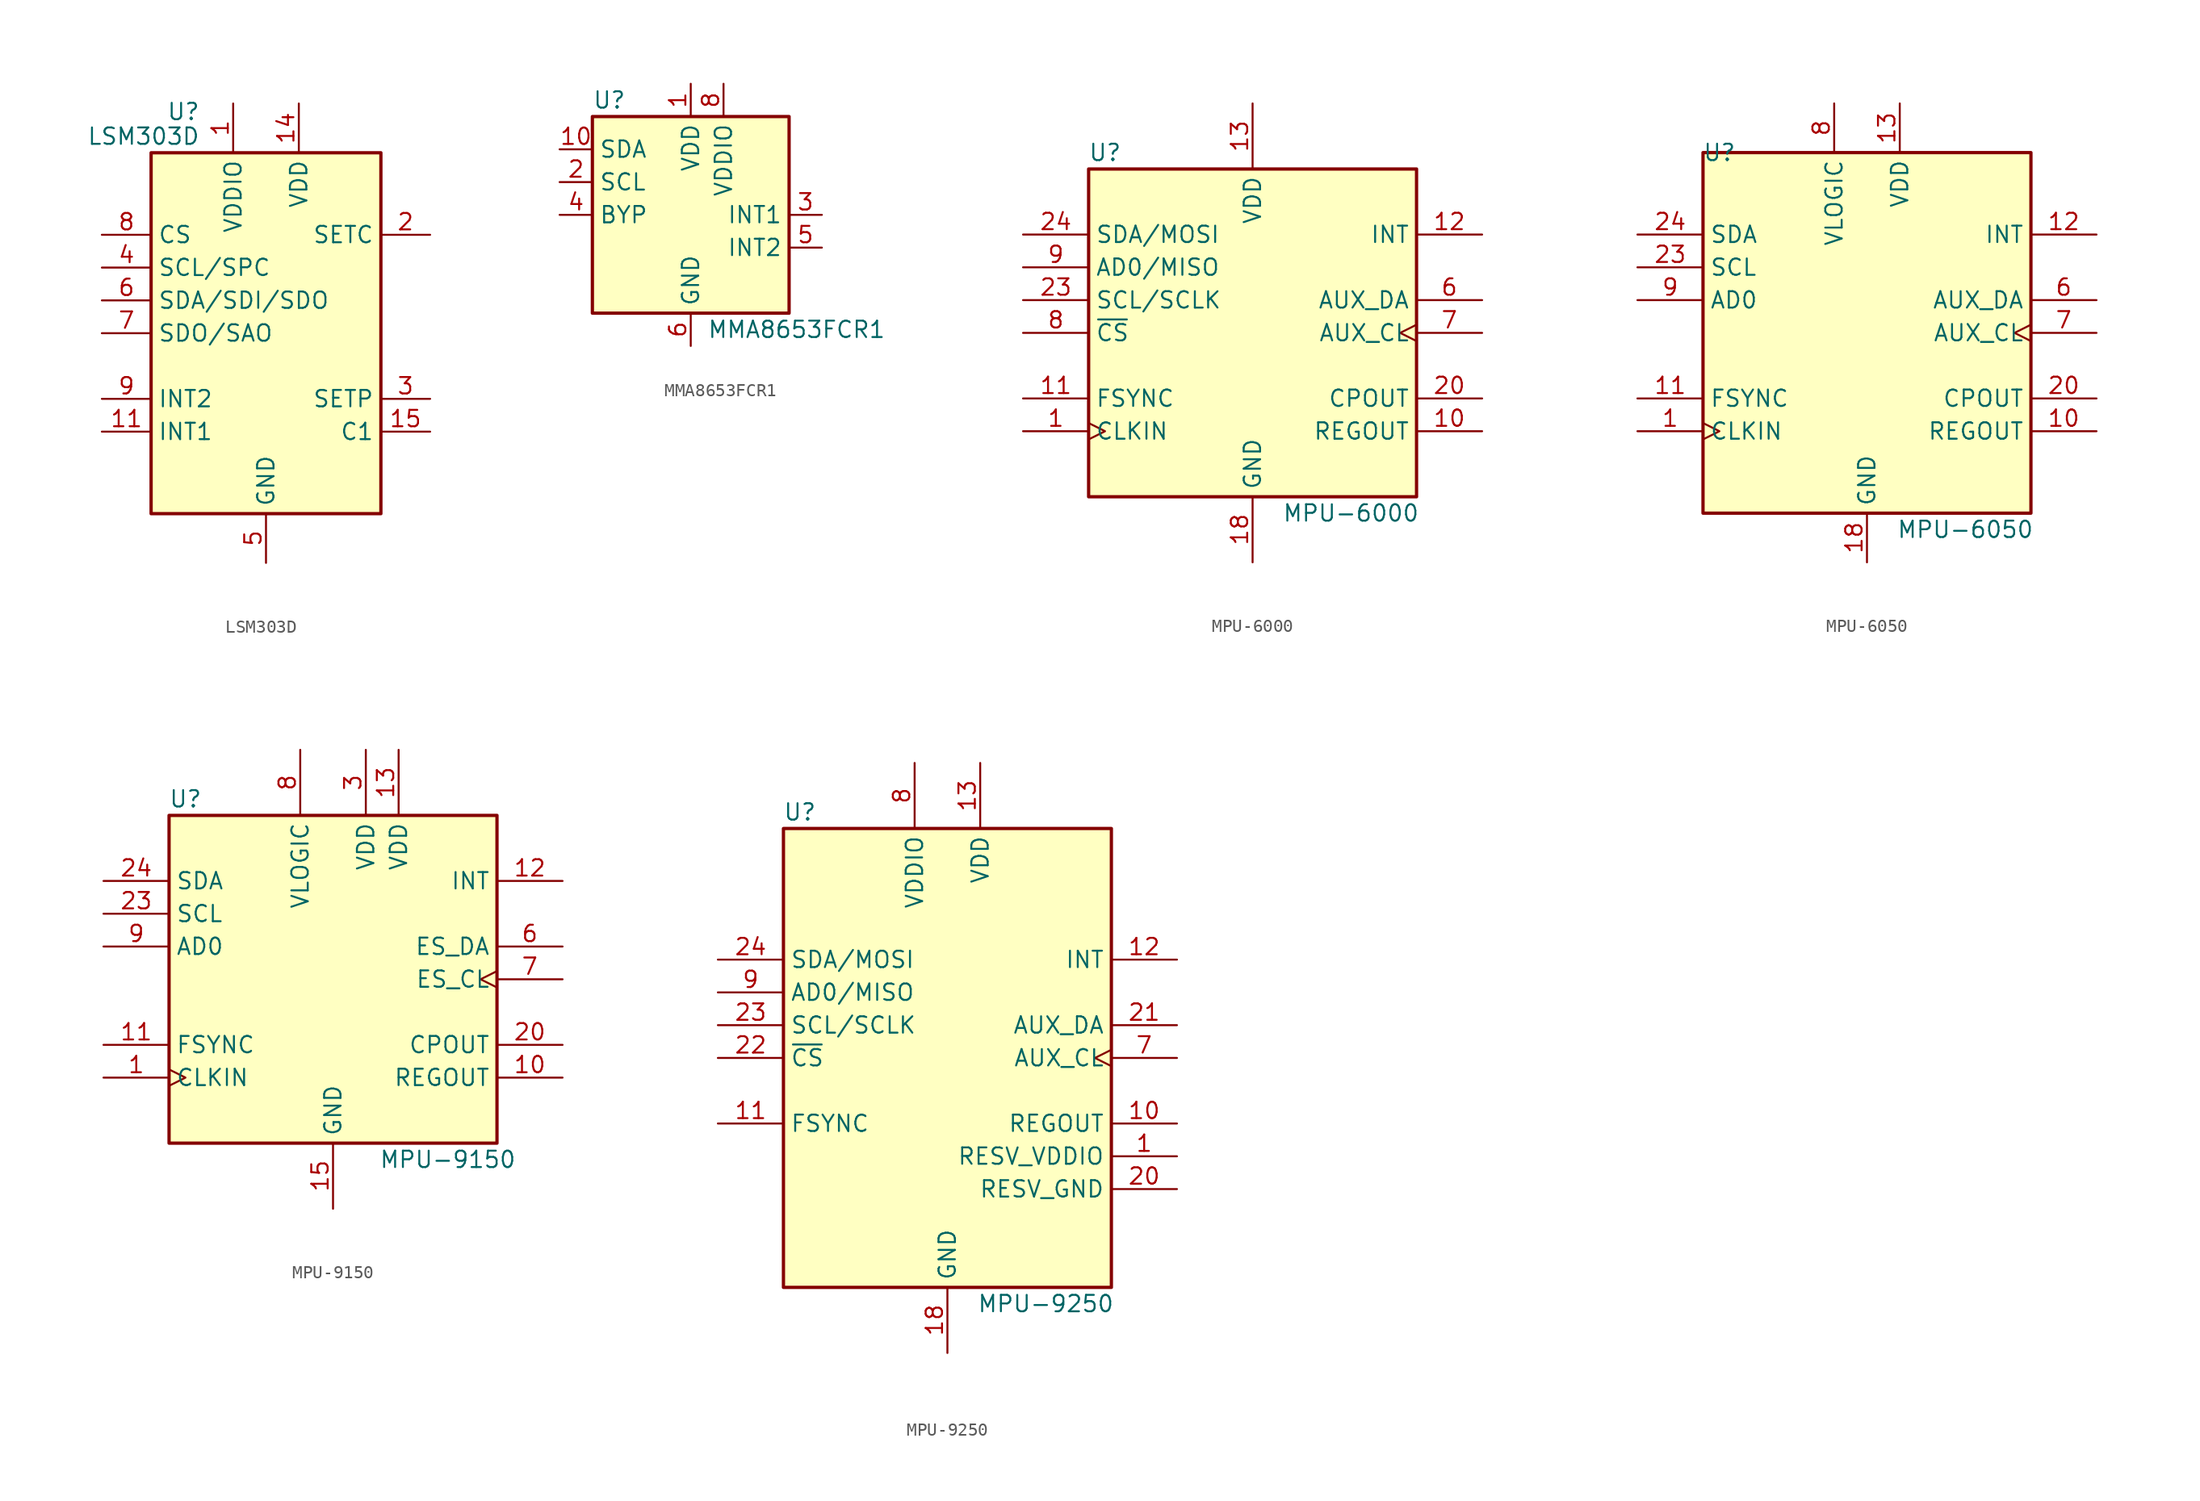
<source format=kicad_sym>
(kicad_symbol_lib
  (version 20241209)
  (generator "kicad_symbol_editor")
  (generator_version "9.0")
  (symbol "LSM303D"
    (property "Reference" "U"
      (at -5.08 17.145 0)
      (effects (font (size 1.27 1.27)) (justify right)))
    (property "Value" "LSM303D"
      (at -5.08 15.24 0)
      (effects (font (size 1.27 1.27)) (justify right)))
    (symbol "LSM303D_0_1"
      (rectangle (start 8.89 13.97) (end -8.89 -13.97) (stroke (width 0.254) (type default)) (fill (type background))))
    (symbol "LSM303D_1_1"
      (pin input line (at -12.7 7.62 0) (length 3.81) (name "CS" (effects (font (size 1.27 1.27)))) (number "8" (effects (font (size 1.27 1.27)))))
      (pin input line (at -12.7 5.08 0) (length 3.81) (name "SCL/SPC" (effects (font (size 1.27 1.27)))) (number "4" (effects (font (size 1.27 1.27)))))
      (pin bidirectional line (at -12.7 2.54 0) (length 3.81) (name "SDA/SDI/SDO" (effects (font (size 1.27 1.27)))) (number "6" (effects (font (size 1.27 1.27)))))
      (pin output line (at -12.7 0 0) (length 3.81) (name "SDO/SAO" (effects (font (size 1.27 1.27)))) (number "7" (effects (font (size 1.27 1.27)))))
      (pin output line (at -12.7 -5.08 0) (length 3.81) (name "INT2" (effects (font (size 1.27 1.27)))) (number "9" (effects (font (size 1.27 1.27)))))
      (pin output line (at -12.7 -7.62 0) (length 3.81) (name "INT1" (effects (font (size 1.27 1.27)))) (number "11" (effects (font (size 1.27 1.27)))))
      (pin power_in line (at -2.54 17.78 270) (length 3.81) (name "VDDIO" (effects (font (size 1.27 1.27)))) (number "1" (effects (font (size 1.27 1.27)))))
      (pin passive line (at 0 -17.78 90) (length 3.81) (hide yes) (name "GND" (effects (font (size 1.27 1.27)))) (number "10" (effects (font (size 1.27 1.27)))))
      (pin passive line (at 0 -17.78 90) (length 3.81) (hide yes) (name "GND" (effects (font (size 1.27 1.27)))) (number "12" (effects (font (size 1.27 1.27)))))
      (pin passive line (at 0 -17.78 90) (length 3.81) (hide yes) (name "GND" (effects (font (size 1.27 1.27)))) (number "13" (effects (font (size 1.27 1.27)))))
      (pin passive line (at 0 -17.78 90) (length 3.81) (hide yes) (name "GND" (effects (font (size 1.27 1.27)))) (number "16" (effects (font (size 1.27 1.27)))))
      (pin power_in line (at 0 -17.78 90) (length 3.81) (name "GND" (effects (font (size 1.27 1.27)))) (number "5" (effects (font (size 1.27 1.27)))))
      (pin power_in line (at 2.54 17.78 270) (length 3.81) (name "VDD" (effects (font (size 1.27 1.27)))) (number "14" (effects (font (size 1.27 1.27)))))
      (pin passive line (at 12.7 7.62 180) (length 3.81) (name "SETC" (effects (font (size 1.27 1.27)))) (number "2" (effects (font (size 1.27 1.27)))))
      (pin passive line (at 12.7 -5.08 180) (length 3.81) (name "SETP" (effects (font (size 1.27 1.27)))) (number "3" (effects (font (size 1.27 1.27)))))
      (pin passive line (at 12.7 -7.62 180) (length 3.81) (name "C1" (effects (font (size 1.27 1.27)))) (number "15" (effects (font (size 1.27 1.27)))))))
  (symbol "MMA8653FCR1"
    (property "Reference" "U"
      (at -7.62 8.89 0)
      (effects (font (size 1.27 1.27)) (justify left)))
    (property "Value" "MMA8653FCR1"
      (at 1.27 -8.89 0)
      (effects (font (size 1.27 1.27)) (justify left)))
    (symbol "MMA8653FCR1_0_1"
      (rectangle (start -7.62 7.62) (end 7.62 -7.62) (stroke (width 0.254) (type default)) (fill (type background))))
    (symbol "MMA8653FCR1_1_1"
      (pin bidirectional line (at -10.16 5.08 0) (length 2.54) (name "SDA" (effects (font (size 1.27 1.27)))) (number "10" (effects (font (size 1.27 1.27)))))
      (pin input line (at -10.16 2.54 0) (length 2.54) (name "SCL" (effects (font (size 1.27 1.27)))) (number "2" (effects (font (size 1.27 1.27)))))
      (pin input line (at -10.16 0 0) (length 2.54) (name "BYP" (effects (font (size 1.27 1.27)))) (number "4" (effects (font (size 1.27 1.27)))))
      (pin power_in line (at 0 10.16 270) (length 2.54) (name "VDD" (effects (font (size 1.27 1.27)))) (number "1" (effects (font (size 1.27 1.27)))))
      (pin power_in line (at 0 -10.16 90) (length 2.54) (name "GND" (effects (font (size 1.27 1.27)))) (number "6" (effects (font (size 1.27 1.27)))))
      (pin passive line (at 0 -10.16 90) (length 2.54) (hide yes) (name "GND" (effects (font (size 1.27 1.27)))) (number "7" (effects (font (size 1.27 1.27)))))
      (pin passive line (at 0 -10.16 90) (length 2.54) (hide yes) (name "GND" (effects (font (size 1.27 1.27)))) (number "9" (effects (font (size 1.27 1.27)))))
      (pin power_in line (at 2.54 10.16 270) (length 2.54) (name "VDDIO" (effects (font (size 1.27 1.27)))) (number "8" (effects (font (size 1.27 1.27)))))
      (pin output line (at 10.16 0 180) (length 2.54) (name "INT1" (effects (font (size 1.27 1.27)))) (number "3" (effects (font (size 1.27 1.27)))))
      (pin output line (at 10.16 -2.54 180) (length 2.54) (name "INT2" (effects (font (size 1.27 1.27)))) (number "5" (effects (font (size 1.27 1.27)))))))
  (symbol "MPU-6000"
    (property "Reference" "U"
      (at -11.43 13.97 0)
      (effects (font (size 1.27 1.27))))
    (property "Value" "MPU-6000"
      (at 7.62 -13.97 0)
      (effects (font (size 1.27 1.27))))
    (symbol "MPU-6000_0_1"
      (rectangle (start -12.7 12.7) (end 12.7 -12.7) (stroke (width 0.254) (type default)) (fill (type background))))
    (symbol "MPU-6000_1_1"
      (pin bidirectional line (at -17.78 7.62 0) (length 5.08) (name "SDA/MOSI" (effects (font (size 1.27 1.27)))) (number "24" (effects (font (size 1.27 1.27)))))
      (pin bidirectional line (at -17.78 5.08 0) (length 5.08) (name "AD0/MISO" (effects (font (size 1.27 1.27)))) (number "9" (effects (font (size 1.27 1.27)))))
      (pin input line (at -17.78 2.54 0) (length 5.08) (name "SCL/SCLK" (effects (font (size 1.27 1.27)))) (number "23" (effects (font (size 1.27 1.27)))))
      (pin input line (at -17.78 0 0) (length 5.08) (name "~{CS}" (effects (font (size 1.27 1.27)))) (number "8" (effects (font (size 1.27 1.27)))))
      (pin input line (at -17.78 -5.08 0) (length 5.08) (name "FSYNC" (effects (font (size 1.27 1.27)))) (number "11" (effects (font (size 1.27 1.27)))))
      (pin input clock (at -17.78 -7.62 0) (length 5.08) (name "CLKIN" (effects (font (size 1.27 1.27)))) (number "1" (effects (font (size 1.27 1.27)))))
      (pin power_in line (at 0 17.78 270) (length 5.08) (name "VDD" (effects (font (size 1.27 1.27)))) (number "13" (effects (font (size 1.27 1.27)))))
      (pin power_in line (at 0 -17.78 90) (length 5.08) (name "GND" (effects (font (size 1.27 1.27)))) (number "18" (effects (font (size 1.27 1.27)))))
      (pin output line (at 17.78 7.62 180) (length 5.08) (name "INT" (effects (font (size 1.27 1.27)))) (number "12" (effects (font (size 1.27 1.27)))))
      (pin bidirectional line (at 17.78 2.54 180) (length 5.08) (name "AUX_DA" (effects (font (size 1.27 1.27)))) (number "6" (effects (font (size 1.27 1.27)))))
      (pin output clock (at 17.78 0 180) (length 5.08) (name "AUX_CL" (effects (font (size 1.27 1.27)))) (number "7" (effects (font (size 1.27 1.27)))))
      (pin passive line (at 17.78 -5.08 180) (length 5.08) (name "CPOUT" (effects (font (size 1.27 1.27)))) (number "20" (effects (font (size 1.27 1.27)))))
      (pin passive line (at 17.78 -7.62 180) (length 5.08) (name "REGOUT" (effects (font (size 1.27 1.27)))) (number "10" (effects (font (size 1.27 1.27)))))))
  (symbol "MPU-6050"
    (property "Reference" "U"
      (at -11.43 13.97 0)
      (effects (font (size 1.27 1.27))))
    (property "Value" "MPU-6050"
      (at 7.62 -15.24 0)
      (effects (font (size 1.27 1.27))))
    (symbol "MPU-6050_0_0"
      (text "" (at 12.7 -2.54 0) (effects (font (size 1.27 1.27)))))
    (symbol "MPU-6050_0_1"
      (rectangle (start -12.7 13.97) (end 12.7 -13.97) (stroke (width 0.254) (type default)) (fill (type background))))
    (symbol "MPU-6050_1_1"
      (pin bidirectional line (at -17.78 7.62 0) (length 5.08) (name "SDA" (effects (font (size 1.27 1.27)))) (number "24" (effects (font (size 1.27 1.27)))))
      (pin input line (at -17.78 5.08 0) (length 5.08) (name "SCL" (effects (font (size 1.27 1.27)))) (number "23" (effects (font (size 1.27 1.27)))))
      (pin input line (at -17.78 2.54 0) (length 5.08) (name "AD0" (effects (font (size 1.27 1.27)))) (number "9" (effects (font (size 1.27 1.27)))))
      (pin input line (at -17.78 -5.08 0) (length 5.08) (name "FSYNC" (effects (font (size 1.27 1.27)))) (number "11" (effects (font (size 1.27 1.27)))))
      (pin input clock (at -17.78 -7.62 0) (length 5.08) (name "CLKIN" (effects (font (size 1.27 1.27)))) (number "1" (effects (font (size 1.27 1.27)))))
      (pin no_connect line (at -12.7 12.7 0) (length 2.54) (hide yes) (name "NC" (effects (font (size 1.27 1.27)))) (number "2" (effects (font (size 1.27 1.27)))))
      (pin no_connect line (at -12.7 10.16 0) (length 2.54) (hide yes) (name "NC" (effects (font (size 1.27 1.27)))) (number "3" (effects (font (size 1.27 1.27)))))
      (pin no_connect line (at -12.7 0 0) (length 2.54) (hide yes) (name "NC" (effects (font (size 1.27 1.27)))) (number "4" (effects (font (size 1.27 1.27)))))
      (pin no_connect line (at -12.7 -2.54 0) (length 2.54) (hide yes) (name "NC" (effects (font (size 1.27 1.27)))) (number "5" (effects (font (size 1.27 1.27)))))
      (pin no_connect line (at -12.7 -10.16 0) (length 2.54) (hide yes) (name "NC" (effects (font (size 1.27 1.27)))) (number "14" (effects (font (size 1.27 1.27)))))
      (pin power_in line (at -2.54 17.78 270) (length 3.81) (name "VLOGIC" (effects (font (size 1.27 1.27)))) (number "8" (effects (font (size 1.27 1.27)))))
      (pin power_in line (at 0 -17.78 90) (length 3.81) (name "GND" (effects (font (size 1.27 1.27)))) (number "18" (effects (font (size 1.27 1.27)))))
      (pin power_in line (at 2.54 17.78 270) (length 3.81) (name "VDD" (effects (font (size 1.27 1.27)))) (number "13" (effects (font (size 1.27 1.27)))))
      (pin no_connect line (at 12.7 12.7 180) (length 2.54) (hide yes) (name "NC" (effects (font (size 1.27 1.27)))) (number "15" (effects (font (size 1.27 1.27)))))
      (pin no_connect line (at 12.7 10.16 180) (length 2.54) (hide yes) (name "NC" (effects (font (size 1.27 1.27)))) (number "16" (effects (font (size 1.27 1.27)))))
      (pin no_connect line (at 12.7 5.08 180) (length 2.54) (hide yes) (name "NC" (effects (font (size 1.27 1.27)))) (number "17" (effects (font (size 1.27 1.27)))))
      (pin no_connect line (at 12.7 -2.54 180) (length 2.54) (hide yes) (name "RESV" (effects (font (size 1.27 1.27)))) (number "21" (effects (font (size 1.27 1.27)))))
      (pin no_connect line (at 12.7 -10.16 180) (length 2.54) (hide yes) (name "RESV" (effects (font (size 1.27 1.27)))) (number "19" (effects (font (size 1.27 1.27)))))
      (pin no_connect line (at 12.7 -12.7 180) (length 2.54) (hide yes) (name "RESV" (effects (font (size 1.27 1.27)))) (number "22" (effects (font (size 1.27 1.27)))))
      (pin output line (at 17.78 7.62 180) (length 5.08) (name "INT" (effects (font (size 1.27 1.27)))) (number "12" (effects (font (size 1.27 1.27)))))
      (pin bidirectional line (at 17.78 2.54 180) (length 5.08) (name "AUX_DA" (effects (font (size 1.27 1.27)))) (number "6" (effects (font (size 1.27 1.27)))))
      (pin output clock (at 17.78 0 180) (length 5.08) (name "AUX_CL" (effects (font (size 1.27 1.27)))) (number "7" (effects (font (size 1.27 1.27)))))
      (pin passive line (at 17.78 -5.08 180) (length 5.08) (name "CPOUT" (effects (font (size 1.27 1.27)))) (number "20" (effects (font (size 1.27 1.27)))))
      (pin passive line (at 17.78 -7.62 180) (length 5.08) (name "REGOUT" (effects (font (size 1.27 1.27)))) (number "10" (effects (font (size 1.27 1.27)))))))
  (symbol "MPU-9150"
    (property "Reference" "U"
      (at -11.43 13.97 0)
      (effects (font (size 1.27 1.27))))
    (property "Value" "MPU-9150"
      (at 8.89 -13.97 0)
      (effects (font (size 1.27 1.27))))
    (symbol "MPU-9150_0_1"
      (rectangle (start -12.7 12.7) (end 12.7 -12.7) (stroke (width 0.254) (type default)) (fill (type background))))
    (symbol "MPU-9150_1_1"
      (pin bidirectional line (at -17.78 7.62 0) (length 5.08) (name "SDA" (effects (font (size 1.27 1.27)))) (number "24" (effects (font (size 1.27 1.27)))))
      (pin input line (at -17.78 5.08 0) (length 5.08) (name "SCL" (effects (font (size 1.27 1.27)))) (number "23" (effects (font (size 1.27 1.27)))))
      (pin input line (at -17.78 2.54 0) (length 5.08) (name "AD0" (effects (font (size 1.27 1.27)))) (number "9" (effects (font (size 1.27 1.27)))))
      (pin input line (at -17.78 -5.08 0) (length 5.08) (name "FSYNC" (effects (font (size 1.27 1.27)))) (number "11" (effects (font (size 1.27 1.27)))))
      (pin input clock (at -17.78 -7.62 0) (length 5.08) (name "CLKIN" (effects (font (size 1.27 1.27)))) (number "1" (effects (font (size 1.27 1.27)))))
      (pin power_in line (at -2.54 17.78 270) (length 5.08) (name "VLOGIC" (effects (font (size 1.27 1.27)))) (number "8" (effects (font (size 1.27 1.27)))))
      (pin power_in line (at 0 -17.78 90) (length 5.08) (name "GND" (effects (font (size 1.27 1.27)))) (number "15" (effects (font (size 1.27 1.27)))))
      (pin passive line (at 0 -17.78 90) (length 5.08) (hide yes) (name "GND" (effects (font (size 1.27 1.27)))) (number "17" (effects (font (size 1.27 1.27)))))
      (pin passive line (at 0 -17.78 90) (length 5.08) (hide yes) (name "GND" (effects (font (size 1.27 1.27)))) (number "18" (effects (font (size 1.27 1.27)))))
      (pin power_in line (at 2.54 17.78 270) (length 5.08) (name "VDD" (effects (font (size 1.27 1.27)))) (number "3" (effects (font (size 1.27 1.27)))))
      (pin power_in line (at 5.08 17.78 270) (length 5.08) (name "VDD" (effects (font (size 1.27 1.27)))) (number "13" (effects (font (size 1.27 1.27)))))
      (pin output line (at 17.78 7.62 180) (length 5.08) (name "INT" (effects (font (size 1.27 1.27)))) (number "12" (effects (font (size 1.27 1.27)))))
      (pin bidirectional line (at 17.78 2.54 180) (length 5.08) (name "ES_DA" (effects (font (size 1.27 1.27)))) (number "6" (effects (font (size 1.27 1.27)))))
      (pin output clock (at 17.78 0 180) (length 5.08) (name "ES_CL" (effects (font (size 1.27 1.27)))) (number "7" (effects (font (size 1.27 1.27)))))
      (pin passive line (at 17.78 -5.08 180) (length 5.08) (name "CPOUT" (effects (font (size 1.27 1.27)))) (number "20" (effects (font (size 1.27 1.27)))))
      (pin passive line (at 17.78 -7.62 180) (length 5.08) (name "REGOUT" (effects (font (size 1.27 1.27)))) (number "10" (effects (font (size 1.27 1.27)))))))
  (symbol "MPU-9250"
    (property "Reference" "U"
      (at -11.43 19.05 0)
      (effects (font (size 1.27 1.27))))
    (property "Value" "MPU-9250"
      (at 7.62 -19.05 0)
      (effects (font (size 1.27 1.27))))
    (symbol "MPU-9250_0_1"
      (rectangle (start -12.7 17.78) (end 12.7 -17.78) (stroke (width 0.254) (type default)) (fill (type background))))
    (symbol "MPU-9250_1_1"
      (pin bidirectional line (at -17.78 7.62 0) (length 5.08) (name "SDA/MOSI" (effects (font (size 1.27 1.27)))) (number "24" (effects (font (size 1.27 1.27)))))
      (pin bidirectional line (at -17.78 5.08 0) (length 5.08) (name "AD0/MISO" (effects (font (size 1.27 1.27)))) (number "9" (effects (font (size 1.27 1.27)))))
      (pin input line (at -17.78 2.54 0) (length 5.08) (name "SCL/SCLK" (effects (font (size 1.27 1.27)))) (number "23" (effects (font (size 1.27 1.27)))))
      (pin input line (at -17.78 0 0) (length 5.08) (name "~{CS}" (effects (font (size 1.27 1.27)))) (number "22" (effects (font (size 1.27 1.27)))))
      (pin input line (at -17.78 -5.08 0) (length 5.08) (name "FSYNC" (effects (font (size 1.27 1.27)))) (number "11" (effects (font (size 1.27 1.27)))))
      (pin power_in line (at -2.54 22.86 270) (length 5.08) (name "VDDIO" (effects (font (size 1.27 1.27)))) (number "8" (effects (font (size 1.27 1.27)))))
      (pin power_in line (at 0 -22.86 90) (length 5.08) (name "GND" (effects (font (size 1.27 1.27)))) (number "18" (effects (font (size 1.27 1.27)))))
      (pin power_in line (at 2.54 22.86 270) (length 5.08) (name "VDD" (effects (font (size 1.27 1.27)))) (number "13" (effects (font (size 1.27 1.27)))))
      (pin output line (at 17.78 7.62 180) (length 5.08) (name "INT" (effects (font (size 1.27 1.27)))) (number "12" (effects (font (size 1.27 1.27)))))
      (pin bidirectional line (at 17.78 2.54 180) (length 5.08) (name "AUX_DA" (effects (font (size 1.27 1.27)))) (number "21" (effects (font (size 1.27 1.27)))))
      (pin output clock (at 17.78 0 180) (length 5.08) (name "AUX_CL" (effects (font (size 1.27 1.27)))) (number "7" (effects (font (size 1.27 1.27)))))
      (pin passive line (at 17.78 -5.08 180) (length 5.08) (name "REGOUT" (effects (font (size 1.27 1.27)))) (number "10" (effects (font (size 1.27 1.27)))))
      (pin input line (at 17.78 -7.62 180) (length 5.08) (name "RESV_VDDIO" (effects (font (size 1.27 1.27)))) (number "1" (effects (font (size 1.27 1.27)))))
      (pin power_in line (at 17.78 -10.16 180) (length 5.08) (name "RESV_GND" (effects (font (size 1.27 1.27)))) (number "20" (effects (font (size 1.27 1.27))))))))
</source>
